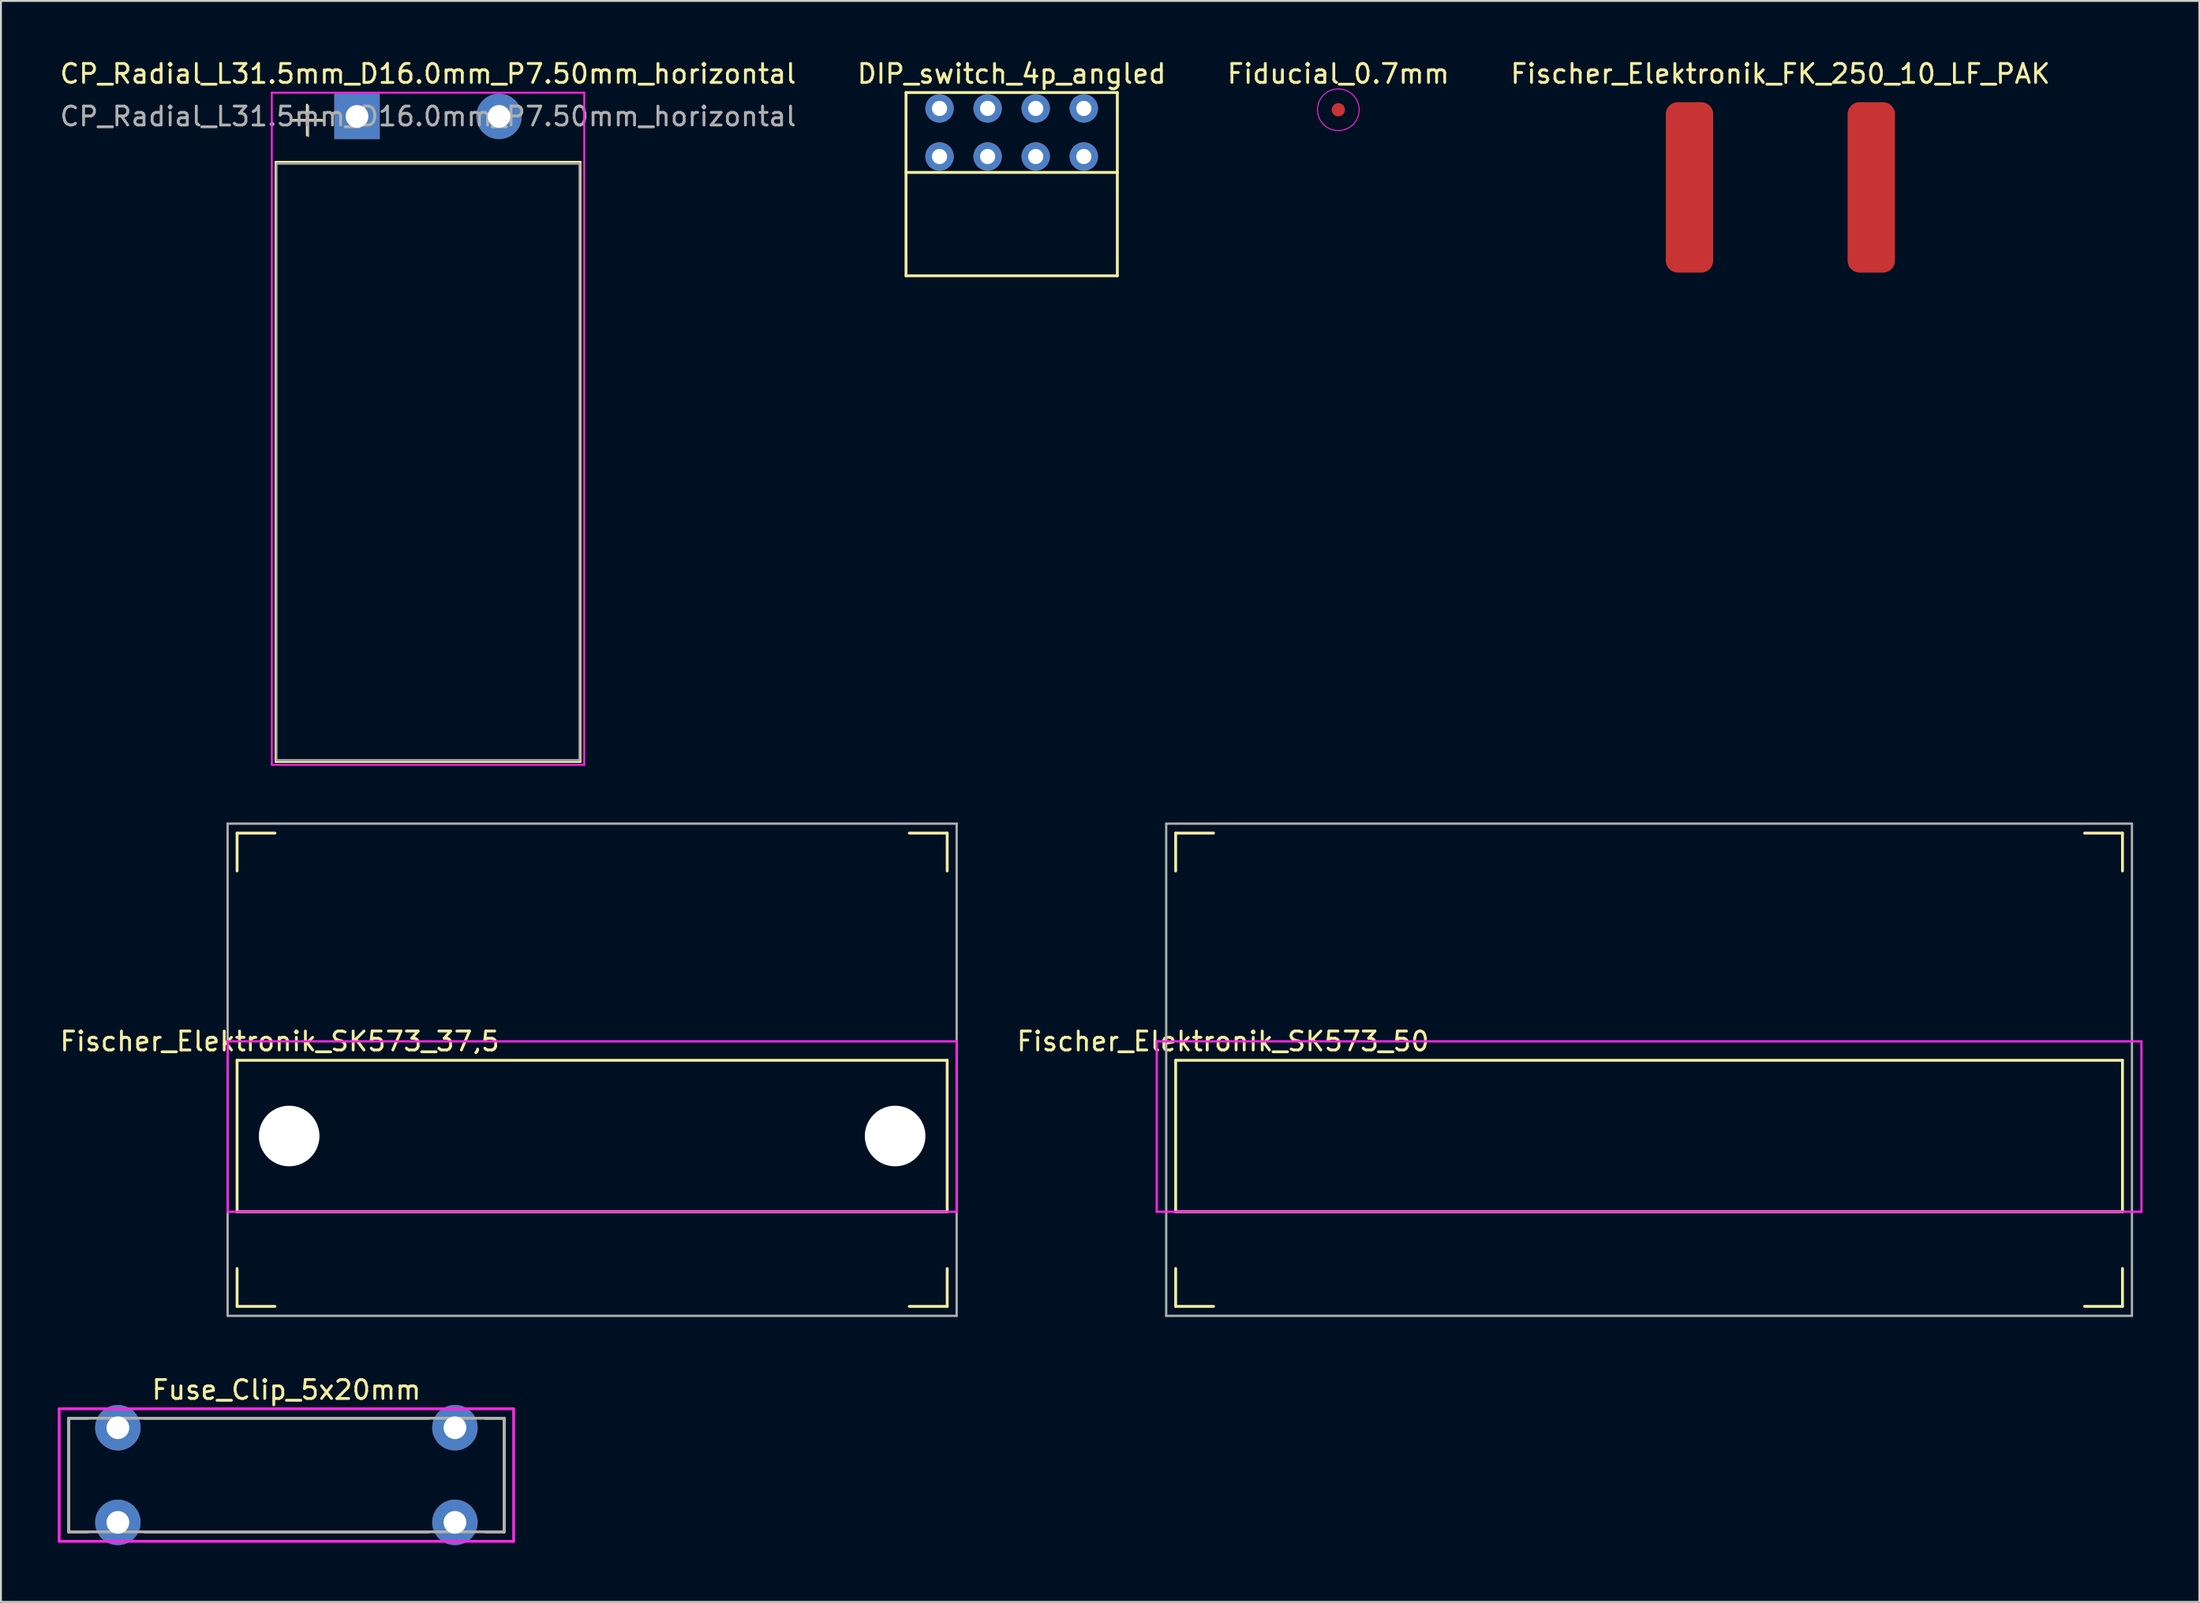
<source format=kicad_pcb>
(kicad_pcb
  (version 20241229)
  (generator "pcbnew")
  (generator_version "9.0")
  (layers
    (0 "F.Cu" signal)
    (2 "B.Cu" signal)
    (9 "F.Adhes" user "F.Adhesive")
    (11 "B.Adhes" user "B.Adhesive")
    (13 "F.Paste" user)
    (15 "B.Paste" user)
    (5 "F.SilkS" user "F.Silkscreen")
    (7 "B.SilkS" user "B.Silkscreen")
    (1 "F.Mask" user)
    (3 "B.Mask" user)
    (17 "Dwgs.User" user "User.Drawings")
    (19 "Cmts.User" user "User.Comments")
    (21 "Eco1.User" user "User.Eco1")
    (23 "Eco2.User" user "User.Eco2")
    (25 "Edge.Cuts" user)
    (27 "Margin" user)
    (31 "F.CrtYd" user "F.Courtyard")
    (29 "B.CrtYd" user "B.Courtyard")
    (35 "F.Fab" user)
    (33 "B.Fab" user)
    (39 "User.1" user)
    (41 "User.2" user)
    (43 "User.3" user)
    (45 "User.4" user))
  (footprint "Fiducial_0.7mm"
    (layer "F.Cu")
    (at 67.625 2.748)
    (property "Reference" "Fiducial_0.7mm" (at 0 -1.9 0) (layer "F.SilkS") (effects (font (size 1 1) (thickness 0.15))))
    (attr exclude_from_pos_files exclude_from_bom)
    (fp_circle (center 0 0) (end 1.1 0) (stroke (width 0.05) (type solid)) (fill no) (layer "F.CrtYd"))
    (pad "~" smd circle (at 0 0) (size 0.7 0.7) (layers "F.Cu" "F.Mask")))
  (footprint "Fischer_Elektronik_FK_250_10_LF_PAK"
    (layer "F.Cu")
    (at 90.97 6.848)
    (property "Reference" "Fischer_Elektronik_FK_250_10_LF_PAK" (at 0 -6 0) (layer "F.SilkS") (effects (font (size 1 1) (thickness 0.15))))
    (attr through_hole)
    (pad "1" smd roundrect (at -4.8 0) (size 2.5 9) (layers "F.Cu" "F.Mask" "F.Paste") (roundrect_rratio 0.25))
    (pad "1" smd roundrect (at 4.8 0) (size 2.5 9) (layers "F.Cu" "F.Mask" "F.Paste") (roundrect_rratio 0.25)))
  (footprint "Fischer_Elektronik_SK573_37,5"
    (layer "F.Cu")
    (at 28.22 60.958)
    (property "Reference" "Fischer_Elektronik_SK573_37,5" (at -16.5 -9 0) (layer "F.SilkS") (effects (font (size 1 1) (thickness 0.15))))
    (attr through_hole)
    (fp_line (start -18.75 -20) (end -16.75 -20) (stroke (width 0.15) (type solid)) (layer "F.SilkS"))
    (fp_line (start -18.75 -18) (end -18.75 -20) (stroke (width 0.15) (type solid)) (layer "F.SilkS"))
    (fp_line (start -18.75 -8) (end -18.75 0) (stroke (width 0.15) (type solid)) (layer "F.SilkS"))
    (fp_line (start -18.75 0) (end 18.75 0) (stroke (width 0.15) (type solid)) (layer "F.SilkS"))
    (fp_line (start -18.75 5) (end -18.75 3) (stroke (width 0.15) (type solid)) (layer "F.SilkS"))
    (fp_line (start -18.75 5) (end -16.75 5) (stroke (width 0.15) (type solid)) (layer "F.SilkS"))
    (fp_line (start 16.75 -20) (end 18.75 -20) (stroke (width 0.15) (type solid)) (layer "F.SilkS"))
    (fp_line (start 18.75 -20) (end 18.75 -18) (stroke (width 0.15) (type solid)) (layer "F.SilkS"))
    (fp_line (start 18.75 -8) (end -18.75 -8) (stroke (width 0.15) (type solid)) (layer "F.SilkS"))
    (fp_line (start 18.75 0) (end 18.75 -8) (stroke (width 0.15) (type solid)) (layer "F.SilkS"))
    (fp_line (start 18.75 5) (end 16.75 5) (stroke (width 0.15) (type solid)) (layer "F.SilkS"))
    (fp_line (start 18.75 5) (end 18.75 3) (stroke (width 0.15) (type solid)) (layer "F.SilkS"))
    (fp_line (start -19.25 -9) (end -19.25 0) (stroke (width 0.12) (type solid)) (layer "F.CrtYd"))
    (fp_line (start -19.25 0) (end 19.25 0) (stroke (width 0.12) (type solid)) (layer "F.CrtYd"))
    (fp_line (start 19.25 -9) (end -19.25 -9) (stroke (width 0.12) (type solid)) (layer "F.CrtYd"))
    (fp_line (start 19.25 0) (end 19.25 -9) (stroke (width 0.12) (type solid)) (layer "F.CrtYd"))
    (fp_line (start -19.25 -20.5) (end -19.25 5.5) (stroke (width 0.12) (type solid)) (layer "F.Fab"))
    (fp_line (start -19.25 5.5) (end 19.25 5.5) (stroke (width 0.12) (type solid)) (layer "F.Fab"))
    (fp_line (start 19.25 -20.5) (end -19.25 -20.5) (stroke (width 0.12) (type solid)) (layer "F.Fab"))
    (fp_line (start 19.25 5.5) (end 19.25 -20.5) (stroke (width 0.12) (type solid)) (layer "F.Fab"))
    (pad "" np_thru_hole circle (at -16 -4) (size 3.2 3.2) (drill 3.2) (layers "*.Cu" "*.Mask"))
    (pad "" np_thru_hole circle (at 16 -4) (size 3.2 3.2) (drill 3.2) (layers "*.Cu" "*.Mask")))
  (footprint "Fischer_Elektronik_SK573_50"
    (layer "F.Cu")
    (at 84.036 60.958)
    (property "Reference" "Fischer_Elektronik_SK573_50" (at -22.5 -9 0) (layer "F.SilkS") (effects (font (size 1 1) (thickness 0.15))))
    (attr through_hole)
    (fp_line (start -25 -20) (end -23 -20) (stroke (width 0.15) (type solid)) (layer "F.SilkS"))
    (fp_line (start -25 -18) (end -25 -20) (stroke (width 0.15) (type solid)) (layer "F.SilkS"))
    (fp_line (start -25 -8) (end -25 0) (stroke (width 0.15) (type solid)) (layer "F.SilkS"))
    (fp_line (start -25 0) (end 25 0) (stroke (width 0.15) (type solid)) (layer "F.SilkS"))
    (fp_line (start -25 5) (end -25 3) (stroke (width 0.15) (type solid)) (layer "F.SilkS"))
    (fp_line (start -25 5) (end -23 5) (stroke (width 0.15) (type solid)) (layer "F.SilkS"))
    (fp_line (start 23 -20) (end 25 -20) (stroke (width 0.15) (type solid)) (layer "F.SilkS"))
    (fp_line (start 25 -20) (end 25 -18) (stroke (width 0.15) (type solid)) (layer "F.SilkS"))
    (fp_line (start 25 -8) (end -25 -8) (stroke (width 0.15) (type solid)) (layer "F.SilkS"))
    (fp_line (start 25 0) (end 25 -8) (stroke (width 0.15) (type solid)) (layer "F.SilkS"))
    (fp_line (start 25 5) (end 23 5) (stroke (width 0.15) (type solid)) (layer "F.SilkS"))
    (fp_line (start 25 5) (end 25 3) (stroke (width 0.15) (type solid)) (layer "F.SilkS"))
    (fp_line (start -26 -9) (end -26 0) (stroke (width 0.12) (type solid)) (layer "F.CrtYd"))
    (fp_line (start -26 0) (end 26 0) (stroke (width 0.12) (type solid)) (layer "F.CrtYd"))
    (fp_line (start 26 -9) (end -26 -9) (stroke (width 0.12) (type solid)) (layer "F.CrtYd"))
    (fp_line (start 26 0) (end 26 -9) (stroke (width 0.12) (type solid)) (layer "F.CrtYd"))
    (fp_line (start -25.5 -20.5) (end -25.5 5.5) (stroke (width 0.12) (type solid)) (layer "F.Fab"))
    (fp_line (start -25.5 5.5) (end 25.5 5.5) (stroke (width 0.12) (type solid)) (layer "F.Fab"))
    (fp_line (start 25.5 -20.5) (end -25.5 -20.5) (stroke (width 0.12) (type solid)) (layer "F.Fab"))
    (fp_line (start 25.5 5.5) (end 25.5 -20.5) (stroke (width 0.12) (type solid)) (layer "F.Fab")))
  (footprint "Fuse_Clip_5x20mm"
    (layer "F.Cu")
    (at 12.075 74.867)
    (property "Reference" "Fuse_Clip_5x20mm" (at 0 -4.5 0) (layer "F.SilkS") (effects (font (size 1 1) (thickness 0.15))))
    (attr through_hole)
    (fp_line (start -11.5 -3) (end -10.5 -3) (stroke (width 0.15) (type solid)) (layer "F.SilkS"))
    (fp_line (start -11.5 3) (end -11.5 -3) (stroke (width 0.15) (type solid)) (layer "F.SilkS"))
    (fp_line (start -11.5 3) (end -10.5 3) (stroke (width 0.15) (type solid)) (layer "F.SilkS"))
    (fp_line (start -7.5 -3) (end 7.5 -3) (stroke (width 0.15) (type solid)) (layer "F.SilkS"))
    (fp_line (start 7.5 3) (end -7.5 3) (stroke (width 0.15) (type solid)) (layer "F.SilkS"))
    (fp_line (start 10.5 -3) (end 11.5 -3) (stroke (width 0.15) (type solid)) (layer "F.SilkS"))
    (fp_line (start 11.5 -3) (end 11.5 3) (stroke (width 0.15) (type solid)) (layer "F.SilkS"))
    (fp_line (start 11.5 3) (end 10.5 3) (stroke (width 0.15) (type solid)) (layer "F.SilkS"))
    (fp_line (start -12 -3.5) (end 12 -3.5) (stroke (width 0.15) (type solid)) (layer "F.CrtYd"))
    (fp_line (start -12 3.5) (end -12 -3.5) (stroke (width 0.15) (type solid)) (layer "F.CrtYd"))
    (fp_line (start 12 -3.5) (end 12 3.5) (stroke (width 0.15) (type solid)) (layer "F.CrtYd"))
    (fp_line (start 12 3.5) (end -12 3.5) (stroke (width 0.15) (type solid)) (layer "F.CrtYd"))
    (fp_line (start -11.5 -3) (end 11.5 -3) (stroke (width 0.15) (type solid)) (layer "F.Fab"))
    (fp_line (start -11.5 3) (end -11.5 -3) (stroke (width 0.15) (type solid)) (layer "F.Fab"))
    (fp_line (start 11.5 -3) (end 11.5 3) (stroke (width 0.15) (type solid)) (layer "F.Fab"))
    (fp_line (start 11.5 3) (end -11.5 3) (stroke (width 0.15) (type solid)) (layer "F.Fab"))
    (pad "1" thru_hole circle (at -8.9 -2.5) (size 2.4 2.4) (drill 1.2) (layers "*.Cu" "*.Mask"))
    (pad "1" thru_hole circle (at -8.9 2.5) (size 2.4 2.4) (drill 1.2) (layers "*.Cu" "*.Mask"))
    (pad "2" thru_hole circle (at 8.9 -2.5) (size 2.4 2.4) (drill 1.2) (layers "*.Cu" "*.Mask"))
    (pad "2" thru_hole circle (at 8.9 2.5) (size 2.4 2.4) (drill 1.2) (layers "*.Cu" "*.Mask")))
  (footprint "DIP_switch_4p_angled"
    (layer "F.Cu")
    (at 50.375 3.948)
    (property "Reference" "DIP_switch_4p_angled" (at 0 -3.1 0) (layer "F.SilkS") (effects (font (size 1 1) (thickness 0.15))))
    (attr through_hole)
    (fp_line (start -5.58 -2.11) (end -5.58 7.57) (stroke (width 0.15) (type solid)) (layer "F.SilkS"))
    (fp_line (start -5.58 -2.11) (end 5.58 -2.11) (stroke (width 0.15) (type solid)) (layer "F.SilkS"))
    (fp_line (start -5.58 2.11) (end 5.58 2.11) (stroke (width 0.15) (type solid)) (layer "F.SilkS"))
    (fp_line (start -5.58 7.57) (end 5.58 7.57) (stroke (width 0.15) (type solid)) (layer "F.SilkS"))
    (fp_line (start 5.58 -2.11) (end 5.58 7.57) (stroke (width 0.15) (type solid)) (layer "F.SilkS"))
    (pad "1" thru_hole circle (at -3.81 -1.27) (size 1.5 1.5) (drill 0.8) (layers "*.Cu" "*.Mask"))
    (pad "2" thru_hole circle (at -1.27 -1.27) (size 1.5 1.5) (drill 0.8) (layers "*.Cu" "*.Mask"))
    (pad "3" thru_hole circle (at 1.27 -1.27) (size 1.5 1.5) (drill 0.8) (layers "*.Cu" "*.Mask"))
    (pad "4" thru_hole circle (at 3.81 -1.27) (size 1.5 1.5) (drill 0.8) (layers "*.Cu" "*.Mask"))
    (pad "5" thru_hole circle (at 3.81 1.27) (size 1.5 1.5) (drill 0.8) (layers "*.Cu" "*.Mask"))
    (pad "6" thru_hole circle (at 1.27 1.27) (size 1.5 1.5) (drill 0.8) (layers "*.Cu" "*.Mask"))
    (pad "7" thru_hole circle (at -1.27 1.27) (size 1.5 1.5) (drill 0.8) (layers "*.Cu" "*.Mask"))
    (pad "8" thru_hole circle (at -3.81 1.27) (size 1.5 1.5) (drill 0.8) (layers "*.Cu" "*.Mask")))
  (footprint "CP_Radial_L31.5mm_D16.0mm_P7.50mm_horizontal"
    (layer "F.Cu")
    (at 15.804 3.098)
    (property "Reference" "CP_Radial_L31.5mm_D16.0mm_P7.50mm_horizontal" (at 3.75 -2.25 0) (layer "F.SilkS") (effects (font (size 1 1) (thickness 0.15))))
    (attr through_hole)
    (fp_line (start -4.3 2.4) (end 11.8 2.4) (stroke (width 0.1) (type solid)) (layer "F.SilkS"))
    (fp_line (start -4.3 34.1) (end -4.3 2.4) (stroke (width 0.1) (type solid)) (layer "F.SilkS"))
    (fp_line (start -3.439 0.195) (end -1.839 0.195) (stroke (width 0.12) (type solid)) (layer "F.SilkS"))
    (fp_line (start -2.639 -0.605) (end -2.639 0.995) (stroke (width 0.12) (type solid)) (layer "F.SilkS"))
    (fp_line (start 11.8 2.4) (end 11.8 34.1) (stroke (width 0.1) (type solid)) (layer "F.SilkS"))
    (fp_line (start 11.8 34.1) (end -4.3 34.1) (stroke (width 0.1) (type solid)) (layer "F.SilkS"))
    (fp_line (start -4.5 -1.25) (end 12 -1.25) (stroke (width 0.1) (type solid)) (layer "F.CrtYd"))
    (fp_line (start -4.5 34.25) (end -4.5 -1.25) (stroke (width 0.1) (type solid)) (layer "F.CrtYd"))
    (fp_line (start 12 -1.25) (end 12 34.25) (stroke (width 0.1) (type solid)) (layer "F.CrtYd"))
    (fp_line (start 12 34.25) (end -4.5 34.25) (stroke (width 0.1) (type solid)) (layer "F.CrtYd"))
    (fp_line (start -4.25 2.5) (end 11.75 2.5) (stroke (width 0.1) (type solid)) (layer "F.Fab"))
    (fp_line (start -4.25 34) (end -4.25 2.5) (stroke (width 0.1) (type solid)) (layer "F.Fab"))
    (fp_line (start -3.375 0.242) (end -1.775 0.242) (stroke (width 0.1) (type solid)) (layer "F.Fab"))
    (fp_line (start -2.575 -0.557) (end -2.575 1.042) (stroke (width 0.1) (type solid)) (layer "F.Fab"))
    (fp_line (start 11.75 2.5) (end 11.75 34) (stroke (width 0.1) (type solid)) (layer "F.Fab"))
    (fp_line (start 11.75 34) (end -4.25 34) (stroke (width 0.1) (type solid)) (layer "F.Fab"))
    (fp_text user "${REFERENCE}" (at 3.75 0 0) (layer "F.Fab") (effects (font (size 1 1) (thickness 0.15))))
    (pad "1" thru_hole rect (at 0 0) (size 2.4 2.4) (drill 1.2) (layers "*.Cu" "*.Mask"))
    (pad "2" thru_hole circle (at 7.5 0) (size 2.4 2.4) (drill 1.2) (layers "*.Cu" "*.Mask")))
  (gr_rect
    (start -3 -3)
    (end 113.096 81.567)
    (stroke (width 0.1) (type default))
    (fill no)
    (layer "Edge.Cuts")))
</source>
